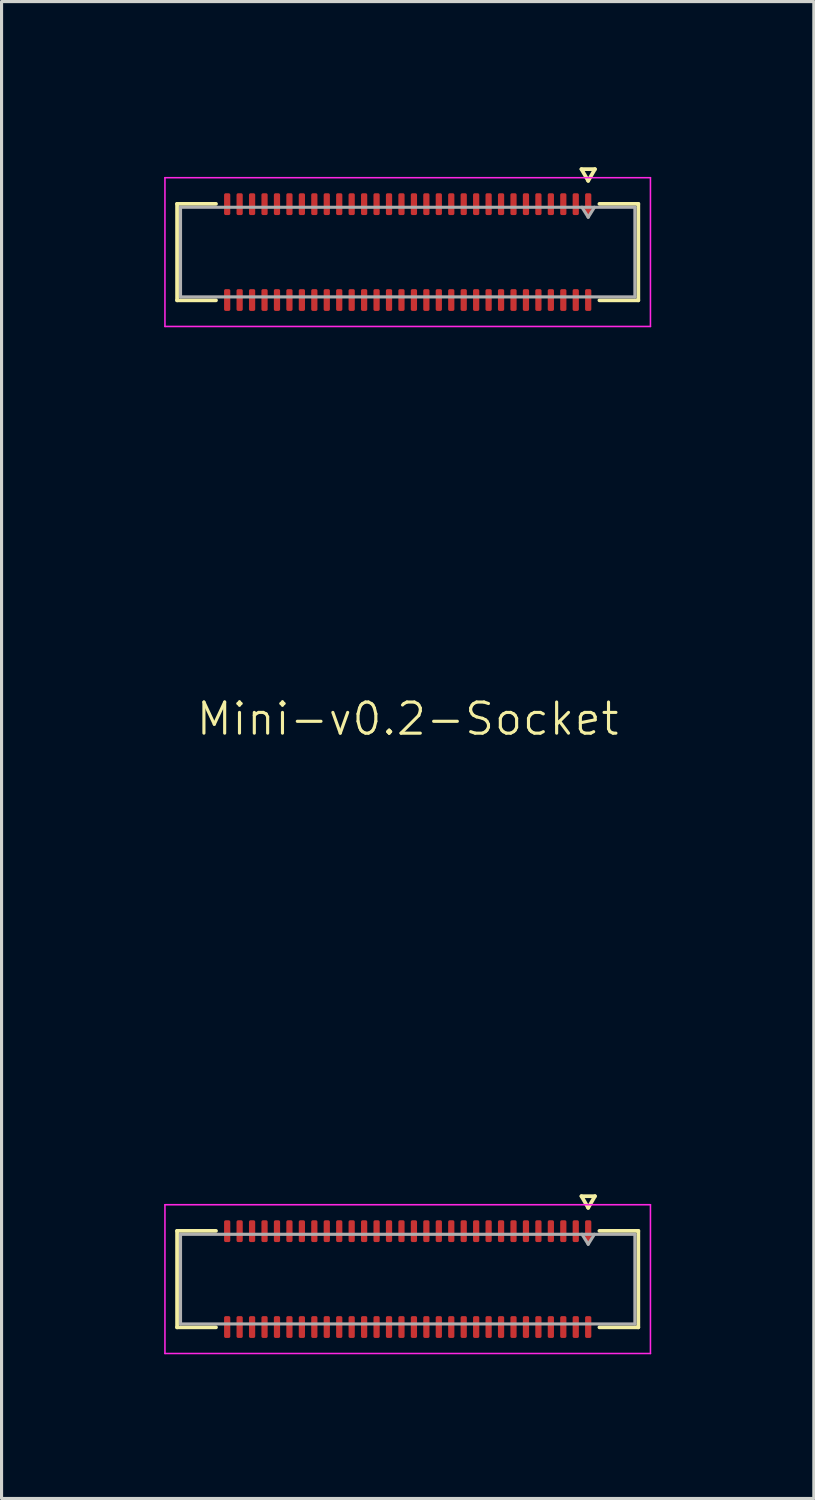
<source format=kicad_pcb>
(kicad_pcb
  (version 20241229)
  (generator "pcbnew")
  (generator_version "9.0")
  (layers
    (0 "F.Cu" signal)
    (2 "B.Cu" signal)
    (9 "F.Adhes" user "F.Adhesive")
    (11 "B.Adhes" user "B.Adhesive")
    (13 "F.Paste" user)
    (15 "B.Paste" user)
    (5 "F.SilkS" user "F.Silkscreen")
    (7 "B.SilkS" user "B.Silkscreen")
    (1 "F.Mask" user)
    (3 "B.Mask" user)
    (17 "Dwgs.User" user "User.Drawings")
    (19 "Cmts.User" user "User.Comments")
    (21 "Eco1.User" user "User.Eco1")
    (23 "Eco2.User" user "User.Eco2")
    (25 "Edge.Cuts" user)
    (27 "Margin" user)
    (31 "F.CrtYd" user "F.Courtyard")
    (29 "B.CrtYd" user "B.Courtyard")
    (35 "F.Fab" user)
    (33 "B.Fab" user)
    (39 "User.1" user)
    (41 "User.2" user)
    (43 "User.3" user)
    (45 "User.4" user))
  (footprint "Mini-v0.2-Socket"
    (layer "F.Cu")
    (at 10.05 5.05)
    (property "Reference" "Mini-v0.2-Socket" (at 0 15 0) (unlocked yes) (layer "F.SilkS") (effects (font (size 1 1) (thickness 0.1))))
    (attr smd)
    (fp_line (start -7.41 -1.55) (end -6.16 -1.55) (stroke (width 0.12) (type solid)) (layer "F.SilkS"))
    (fp_line (start -7.41 1.55) (end -7.41 -1.55) (stroke (width 0.12) (type solid)) (layer "F.SilkS"))
    (fp_line (start -7.41 31.45) (end -6.16 31.45) (stroke (width 0.12) (type solid)) (layer "F.SilkS"))
    (fp_line (start -7.41 34.55) (end -7.41 31.45) (stroke (width 0.12) (type solid)) (layer "F.SilkS"))
    (fp_line (start -6.16 1.55) (end -7.41 1.55) (stroke (width 0.12) (type solid)) (layer "F.SilkS"))
    (fp_line (start -6.16 34.55) (end -7.41 34.55) (stroke (width 0.12) (type solid)) (layer "F.SilkS"))
    (fp_line (start 5.583 -2.665) (end 6.017 -2.665) (stroke (width 0.12) (type solid)) (layer "F.SilkS"))
    (fp_line (start 5.583 30.335) (end 6.017 30.335) (stroke (width 0.12) (type solid)) (layer "F.SilkS"))
    (fp_line (start 5.8 -2.29) (end 5.583 -2.665) (stroke (width 0.12) (type solid)) (layer "F.SilkS"))
    (fp_line (start 5.8 30.71) (end 5.583 30.335) (stroke (width 0.12) (type solid)) (layer "F.SilkS"))
    (fp_line (start 6.017 -2.665) (end 5.8 -2.29) (stroke (width 0.12) (type solid)) (layer "F.SilkS"))
    (fp_line (start 6.017 30.335) (end 5.8 30.71) (stroke (width 0.12) (type solid)) (layer "F.SilkS"))
    (fp_line (start 6.16 -1.55) (end 7.41 -1.55) (stroke (width 0.12) (type solid)) (layer "F.SilkS"))
    (fp_line (start 6.16 31.45) (end 7.41 31.45) (stroke (width 0.12) (type solid)) (layer "F.SilkS"))
    (fp_line (start 7.41 -1.55) (end 7.41 1.55) (stroke (width 0.12) (type solid)) (layer "F.SilkS"))
    (fp_line (start 7.41 1.55) (end 6.16 1.55) (stroke (width 0.12) (type solid)) (layer "F.SilkS"))
    (fp_line (start 7.41 31.45) (end 7.41 34.55) (stroke (width 0.12) (type solid)) (layer "F.SilkS"))
    (fp_line (start 7.41 34.55) (end 6.16 34.55) (stroke (width 0.12) (type solid)) (layer "F.SilkS"))
    (fp_rect (start -10 -5) (end 10 37) (stroke (width 0.1) (type solid)) (fill no) (layer "Margin"))
    (fp_line (start -7.8 -2.39) (end -7.8 2.39) (stroke (width 0.05) (type solid)) (layer "F.CrtYd"))
    (fp_line (start -7.8 2.39) (end 7.8 2.39) (stroke (width 0.05) (type solid)) (layer "F.CrtYd"))
    (fp_line (start -7.8 30.61) (end -7.8 35.39) (stroke (width 0.05) (type solid)) (layer "F.CrtYd"))
    (fp_line (start -7.8 35.39) (end 7.8 35.39) (stroke (width 0.05) (type solid)) (layer "F.CrtYd"))
    (fp_line (start 7.8 -2.39) (end -7.8 -2.39) (stroke (width 0.05) (type solid)) (layer "F.CrtYd"))
    (fp_line (start 7.8 2.39) (end 7.8 -2.39) (stroke (width 0.05) (type solid)) (layer "F.CrtYd"))
    (fp_line (start 7.8 30.61) (end -7.8 30.61) (stroke (width 0.05) (type solid)) (layer "F.CrtYd"))
    (fp_line (start 7.8 35.39) (end 7.8 30.61) (stroke (width 0.05) (type solid)) (layer "F.CrtYd"))
    (fp_line (start -7.3 -1.44) (end 7.3 -1.44) (stroke (width 0.1) (type solid)) (layer "F.Fab"))
    (fp_line (start -7.3 1.44) (end -7.3 -1.44) (stroke (width 0.1) (type solid)) (layer "F.Fab"))
    (fp_line (start -7.3 31.56) (end 7.3 31.56) (stroke (width 0.1) (type solid)) (layer "F.Fab"))
    (fp_line (start -7.3 34.44) (end -7.3 31.56) (stroke (width 0.1) (type solid)) (layer "F.Fab"))
    (fp_line (start 5.8 -1.12) (end 5.6 -1.44) (stroke (width 0.1) (type solid)) (layer "F.Fab"))
    (fp_line (start 5.8 31.88) (end 5.6 31.56) (stroke (width 0.1) (type solid)) (layer "F.Fab"))
    (fp_line (start 6 -1.44) (end 5.8 -1.12) (stroke (width 0.1) (type solid)) (layer "F.Fab"))
    (fp_line (start 6 31.56) (end 5.8 31.88) (stroke (width 0.1) (type solid)) (layer "F.Fab"))
    (fp_line (start 7.3 -1.44) (end 7.3 1.44) (stroke (width 0.1) (type solid)) (layer "F.Fab"))
    (fp_line (start 7.3 1.44) (end -7.3 1.44) (stroke (width 0.1) (type solid)) (layer "F.Fab"))
    (fp_line (start 7.3 31.56) (end 7.3 34.44) (stroke (width 0.1) (type solid)) (layer "F.Fab"))
    (fp_line (start 7.3 34.44) (end -7.3 34.44) (stroke (width 0.1) (type solid)) (layer "F.Fab"))
    (pad "a1" smd roundrect (at 5.8 -1.54 180) (size 0.2 0.7) (layers "F.Cu" "F.Mask" "F.Paste") (roundrect_rratio 0.25))
    (pad "a2" smd roundrect (at 5.8 1.54 180) (size 0.2 0.7) (layers "F.Cu" "F.Mask" "F.Paste") (roundrect_rratio 0.25))
    (pad "a3" smd roundrect (at 5.4 -1.54 180) (size 0.2 0.7) (layers "F.Cu" "F.Mask" "F.Paste") (roundrect_rratio 0.25))
    (pad "a4" smd roundrect (at 5.4 1.54 180) (size 0.2 0.7) (layers "F.Cu" "F.Mask" "F.Paste") (roundrect_rratio 0.25))
    (pad "a5" smd roundrect (at 5 -1.54 180) (size 0.2 0.7) (layers "F.Cu" "F.Mask" "F.Paste") (roundrect_rratio 0.25))
    (pad "a6" smd roundrect (at 5 1.54 180) (size 0.2 0.7) (layers "F.Cu" "F.Mask" "F.Paste") (roundrect_rratio 0.25))
    (pad "a7" smd roundrect (at 4.6 -1.54 180) (size 0.2 0.7) (layers "F.Cu" "F.Mask" "F.Paste") (roundrect_rratio 0.25))
    (pad "a8" smd roundrect (at 4.6 1.54 180) (size 0.2 0.7) (layers "F.Cu" "F.Mask" "F.Paste") (roundrect_rratio 0.25))
    (pad "a9" smd roundrect (at 4.2 -1.54 180) (size 0.2 0.7) (layers "F.Cu" "F.Mask" "F.Paste") (roundrect_rratio 0.25))
    (pad "a10" smd roundrect (at 4.2 1.54 180) (size 0.2 0.7) (layers "F.Cu" "F.Mask" "F.Paste") (roundrect_rratio 0.25))
    (pad "a11" smd roundrect (at 3.8 -1.54 180) (size 0.2 0.7) (layers "F.Cu" "F.Mask" "F.Paste") (roundrect_rratio 0.25))
    (pad "a12" smd roundrect (at 3.8 1.54 180) (size 0.2 0.7) (layers "F.Cu" "F.Mask" "F.Paste") (roundrect_rratio 0.25))
    (pad "a13" smd roundrect (at 3.4 -1.54 180) (size 0.2 0.7) (layers "F.Cu" "F.Mask" "F.Paste") (roundrect_rratio 0.25))
    (pad "a14" smd roundrect (at 3.4 1.54 180) (size 0.2 0.7) (layers "F.Cu" "F.Mask" "F.Paste") (roundrect_rratio 0.25))
    (pad "a15" smd roundrect (at 3 -1.54 180) (size 0.2 0.7) (layers "F.Cu" "F.Mask" "F.Paste") (roundrect_rratio 0.25))
    (pad "a16" smd roundrect (at 3 1.54 180) (size 0.2 0.7) (layers "F.Cu" "F.Mask" "F.Paste") (roundrect_rratio 0.25))
    (pad "a17" smd roundrect (at 2.6 -1.54 180) (size 0.2 0.7) (layers "F.Cu" "F.Mask" "F.Paste") (roundrect_rratio 0.25))
    (pad "a18" smd roundrect (at 2.6 1.54 180) (size 0.2 0.7) (layers "F.Cu" "F.Mask" "F.Paste") (roundrect_rratio 0.25))
    (pad "a19" smd roundrect (at 2.2 -1.54 180) (size 0.2 0.7) (layers "F.Cu" "F.Mask" "F.Paste") (roundrect_rratio 0.25))
    (pad "a20" smd roundrect (at 2.2 1.54 180) (size 0.2 0.7) (layers "F.Cu" "F.Mask" "F.Paste") (roundrect_rratio 0.25))
    (pad "a21" smd roundrect (at 1.8 -1.54 180) (size 0.2 0.7) (layers "F.Cu" "F.Mask" "F.Paste") (roundrect_rratio 0.25))
    (pad "a22" smd roundrect (at 1.8 1.54 180) (size 0.2 0.7) (layers "F.Cu" "F.Mask" "F.Paste") (roundrect_rratio 0.25))
    (pad "a23" smd roundrect (at 1.4 -1.54 180) (size 0.2 0.7) (layers "F.Cu" "F.Mask" "F.Paste") (roundrect_rratio 0.25))
    (pad "a24" smd roundrect (at 1.4 1.54 180) (size 0.2 0.7) (layers "F.Cu" "F.Mask" "F.Paste") (roundrect_rratio 0.25))
    (pad "a25" smd roundrect (at 1 -1.54 180) (size 0.2 0.7) (layers "F.Cu" "F.Mask" "F.Paste") (roundrect_rratio 0.25))
    (pad "a26" smd roundrect (at 1 1.54 180) (size 0.2 0.7) (layers "F.Cu" "F.Mask" "F.Paste") (roundrect_rratio 0.25))
    (pad "a27" smd roundrect (at 0.6 -1.54 180) (size 0.2 0.7) (layers "F.Cu" "F.Mask" "F.Paste") (roundrect_rratio 0.25))
    (pad "a28" smd roundrect (at 0.6 1.54 180) (size 0.2 0.7) (layers "F.Cu" "F.Mask" "F.Paste") (roundrect_rratio 0.25))
    (pad "a29" smd roundrect (at 0.2 -1.54 180) (size 0.2 0.7) (layers "F.Cu" "F.Mask" "F.Paste") (roundrect_rratio 0.25))
    (pad "a30" smd roundrect (at 0.2 1.54 180) (size 0.2 0.7) (layers "F.Cu" "F.Mask" "F.Paste") (roundrect_rratio 0.25))
    (pad "a31" smd roundrect (at -0.2 -1.54 180) (size 0.2 0.7) (layers "F.Cu" "F.Mask" "F.Paste") (roundrect_rratio 0.25))
    (pad "a32" smd roundrect (at -0.2 1.54 180) (size 0.2 0.7) (layers "F.Cu" "F.Mask" "F.Paste") (roundrect_rratio 0.25))
    (pad "a33" smd roundrect (at -0.6 -1.54 180) (size 0.2 0.7) (layers "F.Cu" "F.Mask" "F.Paste") (roundrect_rratio 0.25))
    (pad "a34" smd roundrect (at -0.6 1.54 180) (size 0.2 0.7) (layers "F.Cu" "F.Mask" "F.Paste") (roundrect_rratio 0.25))
    (pad "a35" smd roundrect (at -1 -1.54 180) (size 0.2 0.7) (layers "F.Cu" "F.Mask" "F.Paste") (roundrect_rratio 0.25))
    (pad "a36" smd roundrect (at -1.4 1.54 180) (size 0.2 0.7) (layers "F.Cu" "F.Mask" "F.Paste") (roundrect_rratio 0.25))
    (pad "a37" smd roundrect (at -1.4 -1.54 180) (size 0.2 0.7) (layers "F.Cu" "F.Mask" "F.Paste") (roundrect_rratio 0.25))
    (pad "a38" smd roundrect (at -1 1.54 180) (size 0.2 0.7) (layers "F.Cu" "F.Mask" "F.Paste") (roundrect_rratio 0.25))
    (pad "a39" smd roundrect (at -1.8 -1.54 180) (size 0.2 0.7) (layers "F.Cu" "F.Mask" "F.Paste") (roundrect_rratio 0.25))
    (pad "a40" smd roundrect (at -1.8 1.54 180) (size 0.2 0.7) (layers "F.Cu" "F.Mask" "F.Paste") (roundrect_rratio 0.25))
    (pad "a41" smd roundrect (at -2.2 -1.54 180) (size 0.2 0.7) (layers "F.Cu" "F.Mask" "F.Paste") (roundrect_rratio 0.25))
    (pad "a42" smd roundrect (at -2.2 1.54 180) (size 0.2 0.7) (layers "F.Cu" "F.Mask" "F.Paste") (roundrect_rratio 0.25))
    (pad "a43" smd roundrect (at -2.6 -1.54 180) (size 0.2 0.7) (layers "F.Cu" "F.Mask" "F.Paste") (roundrect_rratio 0.25))
    (pad "a44" smd roundrect (at -2.6 1.54 180) (size 0.2 0.7) (layers "F.Cu" "F.Mask" "F.Paste") (roundrect_rratio 0.25))
    (pad "a45" smd roundrect (at -3 -1.54 180) (size 0.2 0.7) (layers "F.Cu" "F.Mask" "F.Paste") (roundrect_rratio 0.25))
    (pad "a46" smd roundrect (at -3 1.54 180) (size 0.2 0.7) (layers "F.Cu" "F.Mask" "F.Paste") (roundrect_rratio 0.25))
    (pad "a47" smd roundrect (at -3.4 -1.54 180) (size 0.2 0.7) (layers "F.Cu" "F.Mask" "F.Paste") (roundrect_rratio 0.25))
    (pad "a48" smd roundrect (at -3.4 1.54 180) (size 0.2 0.7) (layers "F.Cu" "F.Mask" "F.Paste") (roundrect_rratio 0.25))
    (pad "a49" smd roundrect (at -3.8 -1.54 180) (size 0.2 0.7) (layers "F.Cu" "F.Mask" "F.Paste") (roundrect_rratio 0.25))
    (pad "a50" smd roundrect (at -3.8 1.54 180) (size 0.2 0.7) (layers "F.Cu" "F.Mask" "F.Paste") (roundrect_rratio 0.25))
    (pad "a51" smd roundrect (at -4.2 -1.54 180) (size 0.2 0.7) (layers "F.Cu" "F.Mask" "F.Paste") (roundrect_rratio 0.25))
    (pad "a52" smd roundrect (at -4.2 1.54 180) (size 0.2 0.7) (layers "F.Cu" "F.Mask" "F.Paste") (roundrect_rratio 0.25))
    (pad "a53" smd roundrect (at -4.6 -1.54 180) (size 0.2 0.7) (layers "F.Cu" "F.Mask" "F.Paste") (roundrect_rratio 0.25))
    (pad "a54" smd roundrect (at -4.6 1.54 180) (size 0.2 0.7) (layers "F.Cu" "F.Mask" "F.Paste") (roundrect_rratio 0.25))
    (pad "a55" smd roundrect (at -5 -1.54 180) (size 0.2 0.7) (layers "F.Cu" "F.Mask" "F.Paste") (roundrect_rratio 0.25))
    (pad "a56" smd roundrect (at -5 1.54 180) (size 0.2 0.7) (layers "F.Cu" "F.Mask" "F.Paste") (roundrect_rratio 0.25))
    (pad "a57" smd roundrect (at -5.4 -1.54 180) (size 0.2 0.7) (layers "F.Cu" "F.Mask" "F.Paste") (roundrect_rratio 0.25))
    (pad "a58" smd roundrect (at -5.4 1.54 180) (size 0.2 0.7) (layers "F.Cu" "F.Mask" "F.Paste") (roundrect_rratio 0.25))
    (pad "a59" smd roundrect (at -5.8 -1.54 180) (size 0.2 0.7) (layers "F.Cu" "F.Mask" "F.Paste") (roundrect_rratio 0.25))
    (pad "a60" smd roundrect (at -5.8 1.54 180) (size 0.2 0.7) (layers "F.Cu" "F.Mask" "F.Paste") (roundrect_rratio 0.25))
    (pad "b1" smd roundrect (at 5.8 31.46 180) (size 0.2 0.7) (layers "F.Cu" "F.Mask" "F.Paste") (roundrect_rratio 0.25))
    (pad "b2" smd roundrect (at 5.8 34.54 180) (size 0.2 0.7) (layers "F.Cu" "F.Mask" "F.Paste") (roundrect_rratio 0.25))
    (pad "b3" smd roundrect (at 5.4 31.46 180) (size 0.2 0.7) (layers "F.Cu" "F.Mask" "F.Paste") (roundrect_rratio 0.25))
    (pad "b4" smd roundrect (at 5.4 34.54 180) (size 0.2 0.7) (layers "F.Cu" "F.Mask" "F.Paste") (roundrect_rratio 0.25))
    (pad "b5" smd roundrect (at 5 31.46 180) (size 0.2 0.7) (layers "F.Cu" "F.Mask" "F.Paste") (roundrect_rratio 0.25))
    (pad "b6" smd roundrect (at 5 34.54 180) (size 0.2 0.7) (layers "F.Cu" "F.Mask" "F.Paste") (roundrect_rratio 0.25))
    (pad "b7" smd roundrect (at 4.6 31.46 180) (size 0.2 0.7) (layers "F.Cu" "F.Mask" "F.Paste") (roundrect_rratio 0.25))
    (pad "b8" smd roundrect (at 4.6 34.54 180) (size 0.2 0.7) (layers "F.Cu" "F.Mask" "F.Paste") (roundrect_rratio 0.25))
    (pad "b9" smd roundrect (at 4.2 31.46 180) (size 0.2 0.7) (layers "F.Cu" "F.Mask" "F.Paste") (roundrect_rratio 0.25))
    (pad "b10" smd roundrect (at 4.2 34.54 180) (size 0.2 0.7) (layers "F.Cu" "F.Mask" "F.Paste") (roundrect_rratio 0.25))
    (pad "b11" smd roundrect (at 3.8 31.46 180) (size 0.2 0.7) (layers "F.Cu" "F.Mask" "F.Paste") (roundrect_rratio 0.25))
    (pad "b12" smd roundrect (at 3.8 34.54 180) (size 0.2 0.7) (layers "F.Cu" "F.Mask" "F.Paste") (roundrect_rratio 0.25))
    (pad "b13" smd roundrect (at 3.4 31.46 180) (size 0.2 0.7) (layers "F.Cu" "F.Mask" "F.Paste") (roundrect_rratio 0.25))
    (pad "b14" smd roundrect (at 3.4 34.54 180) (size 0.2 0.7) (layers "F.Cu" "F.Mask" "F.Paste") (roundrect_rratio 0.25))
    (pad "b15" smd roundrect (at 3 31.46 180) (size 0.2 0.7) (layers "F.Cu" "F.Mask" "F.Paste") (roundrect_rratio 0.25))
    (pad "b16" smd roundrect (at 3 34.54 180) (size 0.2 0.7) (layers "F.Cu" "F.Mask" "F.Paste") (roundrect_rratio 0.25))
    (pad "b17" smd roundrect (at 2.6 31.46 180) (size 0.2 0.7) (layers "F.Cu" "F.Mask" "F.Paste") (roundrect_rratio 0.25))
    (pad "b18" smd roundrect (at 2.6 34.54 180) (size 0.2 0.7) (layers "F.Cu" "F.Mask" "F.Paste") (roundrect_rratio 0.25))
    (pad "b19" smd roundrect (at 2.2 31.46 180) (size 0.2 0.7) (layers "F.Cu" "F.Mask" "F.Paste") (roundrect_rratio 0.25))
    (pad "b20" smd roundrect (at 2.2 34.54 180) (size 0.2 0.7) (layers "F.Cu" "F.Mask" "F.Paste") (roundrect_rratio 0.25))
    (pad "b21" smd roundrect (at 1.8 31.46 180) (size 0.2 0.7) (layers "F.Cu" "F.Mask" "F.Paste") (roundrect_rratio 0.25))
    (pad "b22" smd roundrect (at 1.8 34.54 180) (size 0.2 0.7) (layers "F.Cu" "F.Mask" "F.Paste") (roundrect_rratio 0.25))
    (pad "b23" smd roundrect (at 1.4 31.46 180) (size 0.2 0.7) (layers "F.Cu" "F.Mask" "F.Paste") (roundrect_rratio 0.25))
    (pad "b24" smd roundrect (at 1.4 34.54 180) (size 0.2 0.7) (layers "F.Cu" "F.Mask" "F.Paste") (roundrect_rratio 0.25))
    (pad "b25" smd roundrect (at 1 31.46 180) (size 0.2 0.7) (layers "F.Cu" "F.Mask" "F.Paste") (roundrect_rratio 0.25))
    (pad "b26" smd roundrect (at 1 34.54 180) (size 0.2 0.7) (layers "F.Cu" "F.Mask" "F.Paste") (roundrect_rratio 0.25))
    (pad "b27" smd roundrect (at 0.6 31.46 180) (size 0.2 0.7) (layers "F.Cu" "F.Mask" "F.Paste") (roundrect_rratio 0.25))
    (pad "b28" smd roundrect (at 0.6 34.54 180) (size 0.2 0.7) (layers "F.Cu" "F.Mask" "F.Paste") (roundrect_rratio 0.25))
    (pad "b29" smd roundrect (at 0.2 31.46 180) (size 0.2 0.7) (layers "F.Cu" "F.Mask" "F.Paste") (roundrect_rratio 0.25))
    (pad "b30" smd roundrect (at 0.2 34.54 180) (size 0.2 0.7) (layers "F.Cu" "F.Mask" "F.Paste") (roundrect_rratio 0.25))
    (pad "b31" smd roundrect (at -0.2 31.46 180) (size 0.2 0.7) (layers "F.Cu" "F.Mask" "F.Paste") (roundrect_rratio 0.25))
    (pad "b32" smd roundrect (at -0.2 34.54 180) (size 0.2 0.7) (layers "F.Cu" "F.Mask" "F.Paste") (roundrect_rratio 0.25))
    (pad "b33" smd roundrect (at -1 31.46 180) (size 0.2 0.7) (layers "F.Cu" "F.Mask" "F.Paste") (roundrect_rratio 0.25))
    (pad "b34" smd roundrect (at -0.6 34.54 180) (size 0.2 0.7) (layers "F.Cu" "F.Mask" "F.Paste") (roundrect_rratio 0.25))
    (pad "b35" smd roundrect (at -0.6 31.46 180) (size 0.2 0.7) (layers "F.Cu" "F.Mask" "F.Paste") (roundrect_rratio 0.25))
    (pad "b36" smd roundrect (at -1 34.54 180) (size 0.2 0.7) (layers "F.Cu" "F.Mask" "F.Paste") (roundrect_rratio 0.25))
    (pad "b37" smd roundrect (at -1.4 31.46 180) (size 0.2 0.7) (layers "F.Cu" "F.Mask" "F.Paste") (roundrect_rratio 0.25))
    (pad "b38" smd roundrect (at -1.4 34.54 180) (size 0.2 0.7) (layers "F.Cu" "F.Mask" "F.Paste") (roundrect_rratio 0.25))
    (pad "b39" smd roundrect (at -1.8 31.46 180) (size 0.2 0.7) (layers "F.Cu" "F.Mask" "F.Paste") (roundrect_rratio 0.25))
    (pad "b40" smd roundrect (at -1.8 34.54 180) (size 0.2 0.7) (layers "F.Cu" "F.Mask" "F.Paste") (roundrect_rratio 0.25))
    (pad "b41" smd roundrect (at -2.2 31.46 180) (size 0.2 0.7) (layers "F.Cu" "F.Mask" "F.Paste") (roundrect_rratio 0.25))
    (pad "b42" smd roundrect (at -2.2 34.54 180) (size 0.2 0.7) (layers "F.Cu" "F.Mask" "F.Paste") (roundrect_rratio 0.25))
    (pad "b43" smd roundrect (at -2.6 31.46 180) (size 0.2 0.7) (layers "F.Cu" "F.Mask" "F.Paste") (roundrect_rratio 0.25))
    (pad "b44" smd roundrect (at -2.6 34.54 180) (size 0.2 0.7) (layers "F.Cu" "F.Mask" "F.Paste") (roundrect_rratio 0.25))
    (pad "b45" smd roundrect (at -3 31.46 180) (size 0.2 0.7) (layers "F.Cu" "F.Mask" "F.Paste") (roundrect_rratio 0.25))
    (pad "b46" smd roundrect (at -3 34.54 180) (size 0.2 0.7) (layers "F.Cu" "F.Mask" "F.Paste") (roundrect_rratio 0.25))
    (pad "b47" smd roundrect (at -3.4 31.46 180) (size 0.2 0.7) (layers "F.Cu" "F.Mask" "F.Paste") (roundrect_rratio 0.25))
    (pad "b48" smd roundrect (at -3.4 34.54 180) (size 0.2 0.7) (layers "F.Cu" "F.Mask" "F.Paste") (roundrect_rratio 0.25))
    (pad "b49" smd roundrect (at -3.8 31.46 180) (size 0.2 0.7) (layers "F.Cu" "F.Mask" "F.Paste") (roundrect_rratio 0.25))
    (pad "b50" smd roundrect (at -3.8 34.54 180) (size 0.2 0.7) (layers "F.Cu" "F.Mask" "F.Paste") (roundrect_rratio 0.25))
    (pad "b51" smd roundrect (at -4.2 31.46 180) (size 0.2 0.7) (layers "F.Cu" "F.Mask" "F.Paste") (roundrect_rratio 0.25))
    (pad "b52" smd roundrect (at -4.2 34.54 180) (size 0.2 0.7) (layers "F.Cu" "F.Mask" "F.Paste") (roundrect_rratio 0.25))
    (pad "b53" smd roundrect (at -4.6 31.46 180) (size 0.2 0.7) (layers "F.Cu" "F.Mask" "F.Paste") (roundrect_rratio 0.25))
    (pad "b54" smd roundrect (at -4.6 34.54 180) (size 0.2 0.7) (layers "F.Cu" "F.Mask" "F.Paste") (roundrect_rratio 0.25))
    (pad "b55" smd roundrect (at -5 31.46 180) (size 0.2 0.7) (layers "F.Cu" "F.Mask" "F.Paste") (roundrect_rratio 0.25))
    (pad "b56" smd roundrect (at -5 34.54 180) (size 0.2 0.7) (layers "F.Cu" "F.Mask" "F.Paste") (roundrect_rratio 0.25))
    (pad "b57" smd roundrect (at -5.4 31.46 180) (size 0.2 0.7) (layers "F.Cu" "F.Mask" "F.Paste") (roundrect_rratio 0.25))
    (pad "b58" smd roundrect (at -5.4 34.54 180) (size 0.2 0.7) (layers "F.Cu" "F.Mask" "F.Paste") (roundrect_rratio 0.25))
    (pad "b59" smd roundrect (at -5.8 31.46 180) (size 0.2 0.7) (layers "F.Cu" "F.Mask" "F.Paste") (roundrect_rratio 0.25))
    (pad "b60" smd roundrect (at -5.8 34.54 180) (size 0.2 0.7) (layers "F.Cu" "F.Mask" "F.Paste") (roundrect_rratio 0.25)))
  (gr_rect
    (start -3 -3)
    (end 23.1 45.1)
    (stroke (width 0.1) (type default))
    (fill no)
    (layer "Edge.Cuts")))
</source>
